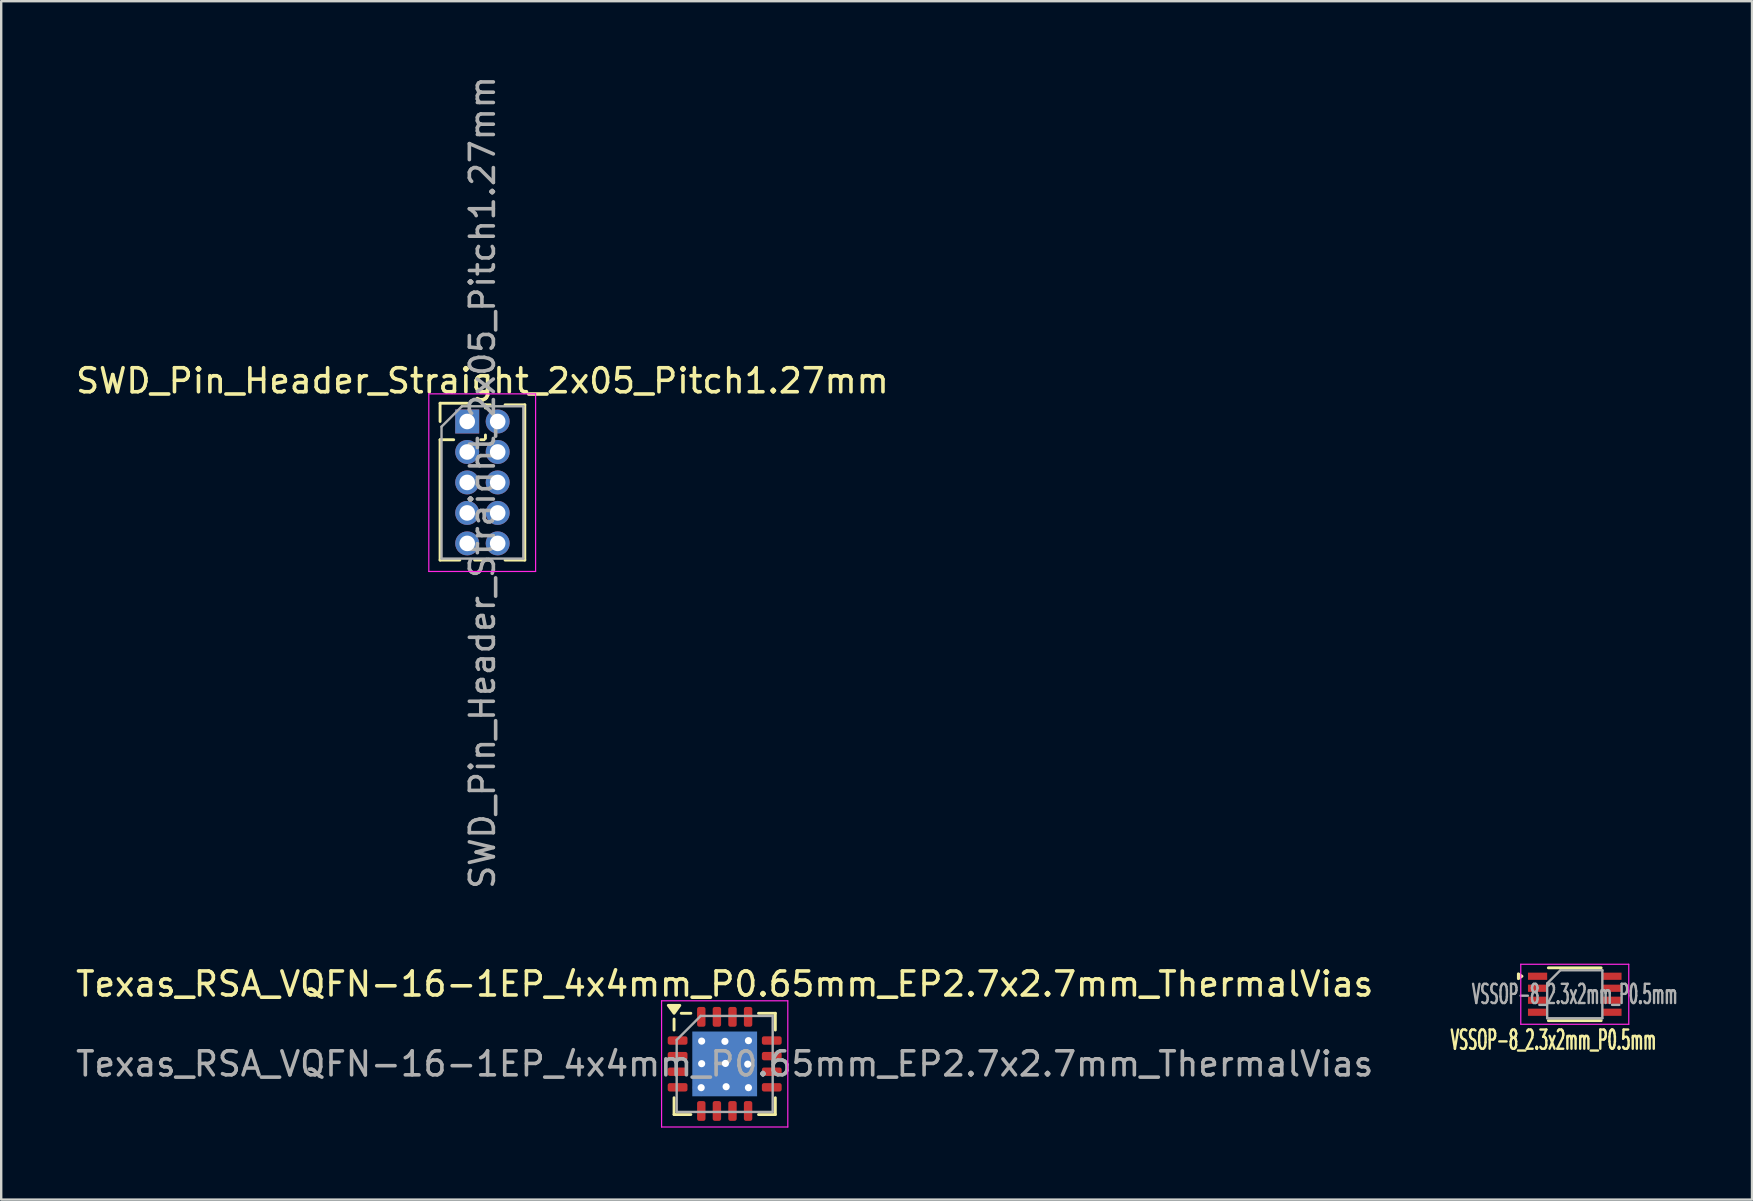
<source format=kicad_pcb>
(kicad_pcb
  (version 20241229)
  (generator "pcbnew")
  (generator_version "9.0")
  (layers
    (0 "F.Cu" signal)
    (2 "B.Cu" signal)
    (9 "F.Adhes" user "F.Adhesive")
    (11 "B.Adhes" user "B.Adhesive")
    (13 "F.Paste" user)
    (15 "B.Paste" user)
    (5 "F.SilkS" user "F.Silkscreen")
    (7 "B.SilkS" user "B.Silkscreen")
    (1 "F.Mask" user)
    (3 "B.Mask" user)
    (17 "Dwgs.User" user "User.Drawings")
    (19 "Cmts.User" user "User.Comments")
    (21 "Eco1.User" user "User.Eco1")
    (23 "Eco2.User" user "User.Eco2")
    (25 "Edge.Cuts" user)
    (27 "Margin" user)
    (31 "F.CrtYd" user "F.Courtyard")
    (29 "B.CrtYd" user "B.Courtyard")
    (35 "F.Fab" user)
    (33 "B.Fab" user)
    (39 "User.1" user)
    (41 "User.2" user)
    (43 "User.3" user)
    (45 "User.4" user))
  (footprint "SWD_Pin_Header_Straight_2x05_Pitch1.27mm"
    (layer "F.Cu")
    (at 16.419 14.514)
    (property "Reference" "SWD_Pin_Header_Straight_2x05_Pitch1.27mm" (at 0.635 -1.695 0) (layer "F.SilkS") (effects (font (size 1 1) (thickness 0.15))))
    (attr through_hole)
    (fp_line (start -1.13 -0.76) (end 0 -0.76) (stroke (width 0.12) (type solid)) (layer "F.SilkS"))
    (fp_line (start -1.13 0) (end -1.13 -0.76) (stroke (width 0.12) (type solid)) (layer "F.SilkS"))
    (fp_line (start -1.13 0.76) (end -1.13 5.775) (stroke (width 0.12) (type solid)) (layer "F.SilkS"))
    (fp_line (start -1.13 0.76) (end -0.563 0.76) (stroke (width 0.12) (type solid)) (layer "F.SilkS"))
    (fp_line (start -1.13 5.775) (end -0.308 5.775) (stroke (width 0.12) (type solid)) (layer "F.SilkS"))
    (fp_line (start 0.308 5.775) (end 0.962 5.775) (stroke (width 0.12) (type solid)) (layer "F.SilkS"))
    (fp_line (start 0.563 0.76) (end 0.707 0.76) (stroke (width 0.12) (type solid)) (layer "F.SilkS"))
    (fp_line (start 0.76 -0.695) (end 0.962 -0.695) (stroke (width 0.12) (type solid)) (layer "F.SilkS"))
    (fp_line (start 0.76 -0.563) (end 0.76 -0.695) (stroke (width 0.12) (type solid)) (layer "F.SilkS"))
    (fp_line (start 0.76 0.707) (end 0.76 0.563) (stroke (width 0.12) (type solid)) (layer "F.SilkS"))
    (fp_line (start 1.578 -0.695) (end 2.4 -0.695) (stroke (width 0.12) (type solid)) (layer "F.SilkS"))
    (fp_line (start 1.578 5.775) (end 2.4 5.775) (stroke (width 0.12) (type solid)) (layer "F.SilkS"))
    (fp_line (start 2.4 -0.695) (end 2.4 5.775) (stroke (width 0.12) (type solid)) (layer "F.SilkS"))
    (fp_line (start -1.6 -1.15) (end -1.6 6.25) (stroke (width 0.05) (type solid)) (layer "F.CrtYd"))
    (fp_line (start -1.6 6.25) (end 2.85 6.25) (stroke (width 0.05) (type solid)) (layer "F.CrtYd"))
    (fp_line (start 2.85 -1.15) (end -1.6 -1.15) (stroke (width 0.05) (type solid)) (layer "F.CrtYd"))
    (fp_line (start 2.85 6.25) (end 2.85 -1.15) (stroke (width 0.05) (type solid)) (layer "F.CrtYd"))
    (fp_line (start -1.07 0.217) (end -0.217 -0.635) (stroke (width 0.1) (type solid)) (layer "F.Fab"))
    (fp_line (start -1.07 5.715) (end -1.07 0.217) (stroke (width 0.1) (type solid)) (layer "F.Fab"))
    (fp_line (start -0.217 -0.635) (end 2.34 -0.635) (stroke (width 0.1) (type solid)) (layer "F.Fab"))
    (fp_line (start 2.34 -0.635) (end 2.34 5.715) (stroke (width 0.1) (type solid)) (layer "F.Fab"))
    (fp_line (start 2.34 5.715) (end -1.07 5.715) (stroke (width 0.1) (type solid)) (layer "F.Fab"))
    (fp_text user "${REFERENCE}" (at 0.635 2.54 90) (layer "F.Fab") (effects (font (size 1 1) (thickness 0.15))))
    (pad "1" thru_hole rect (at 0 0) (size 1 1) (drill 0.65) (layers "*.Cu" "*.Mask"))
    (pad "2" thru_hole oval (at 1.27 0) (size 1 1) (drill 0.65) (layers "*.Cu" "*.Mask"))
    (pad "3" thru_hole oval (at 0 1.27) (size 1 1) (drill 0.65) (layers "*.Cu" "*.Mask"))
    (pad "4" thru_hole oval (at 1.27 1.27) (size 1 1) (drill 0.65) (layers "*.Cu" "*.Mask"))
    (pad "5" thru_hole oval (at 0 2.54) (size 1 1) (drill 0.65) (layers "*.Cu" "*.Mask"))
    (pad "6" thru_hole oval (at 1.27 2.54) (size 1 1) (drill 0.65) (layers "*.Cu" "*.Mask"))
    (pad "7" thru_hole oval (at 0 3.81) (size 1 1) (drill 0.65) (layers "*.Cu" "*.Mask"))
    (pad "8" thru_hole oval (at 1.27 3.81) (size 1 1) (drill 0.65) (layers "*.Cu" "*.Mask"))
    (pad "9" thru_hole oval (at 0 5.08) (size 1 1) (drill 0.65) (layers "*.Cu" "*.Mask"))
    (pad "10" thru_hole oval (at 1.27 5.08) (size 1 1) (drill 0.65) (layers "*.Cu" "*.Mask")))
  (footprint "VSSOP-8_2.3x2mm_P0.5mm"
    (layer "F.Cu")
    (at 62.573 38.382)
    (property "Reference" "VSSOP-8_2.3x2mm_P0.5mm" (at -0.889 1.905 0) (layer "F.SilkS") (effects (font (size 0.8 0.4) (thickness 0.1))))
    (attr smd)
    (fp_line (start 1.1 -1.1) (end -1.1 -1.1) (stroke (width 0.12) (type solid)) (layer "F.SilkS"))
    (fp_line (start 1.1 1.1) (end -1.1 1.1) (stroke (width 0.12) (type solid)) (layer "F.SilkS"))
    (fp_poly (pts (xy -2.35 -0.65) (xy -2.2 -0.75) (xy -2.35 -0.85)) (stroke (width 0.12) (type solid)) (fill no) (layer "F.SilkS"))
    (fp_line (start -2.25 -1.25) (end 2.25 -1.25) (stroke (width 0.05) (type solid)) (layer "F.CrtYd"))
    (fp_line (start -2.25 1.25) (end -2.25 -1.25) (stroke (width 0.05) (type solid)) (layer "F.CrtYd"))
    (fp_line (start 2.25 -1.25) (end 2.25 1.25) (stroke (width 0.05) (type solid)) (layer "F.CrtYd"))
    (fp_line (start 2.25 1.25) (end -2.25 1.25) (stroke (width 0.05) (type solid)) (layer "F.CrtYd"))
    (fp_line (start -1.15 1) (end -1.15 -0.45) (stroke (width 0.1) (type solid)) (layer "F.Fab"))
    (fp_line (start -0.6 -1) (end -1.15 -0.45) (stroke (width 0.1) (type solid)) (layer "F.Fab"))
    (fp_line (start -0.6 -1) (end 1.15 -1) (stroke (width 0.1) (type solid)) (layer "F.Fab"))
    (fp_line (start 1.15 -1) (end 1.15 1) (stroke (width 0.1) (type solid)) (layer "F.Fab"))
    (fp_line (start 1.15 1) (end -1.15 1) (stroke (width 0.1) (type solid)) (layer "F.Fab"))
    (fp_text user "${REFERENCE}" (at 0 0 0) (layer "F.Fab") (effects (font (size 0.8 0.4) (thickness 0.1))))
    (pad "1" smd rect (at -1.55 -0.75 270) (size 0.3 0.8) (layers "F.Cu" "F.Mask" "F.Paste"))
    (pad "2" smd rect (at -1.55 -0.25 270) (size 0.3 0.8) (layers "F.Cu" "F.Mask" "F.Paste"))
    (pad "3" smd rect (at -1.55 0.25 270) (size 0.3 0.8) (layers "F.Cu" "F.Mask" "F.Paste"))
    (pad "4" smd rect (at -1.55 0.75 270) (size 0.3 0.8) (layers "F.Cu" "F.Mask" "F.Paste"))
    (pad "5" smd rect (at 1.55 0.75 270) (size 0.3 0.8) (layers "F.Cu" "F.Mask" "F.Paste"))
    (pad "6" smd rect (at 1.55 0.25 270) (size 0.3 0.8) (layers "F.Cu" "F.Mask" "F.Paste"))
    (pad "7" smd rect (at 1.55 -0.25 270) (size 0.3 0.8) (layers "F.Cu" "F.Mask" "F.Paste"))
    (pad "8" smd rect (at 1.55 -0.75 270) (size 0.3 0.8) (layers "F.Cu" "F.Mask" "F.Paste")))
  (footprint "Texas_RSA_VQFN-16-1EP_4x4mm_P0.65mm_EP2.7x2.7mm_ThermalVias"
    (layer "F.Cu")
    (at 27.149 41.285)
    (property "Reference" "Texas_RSA_VQFN-16-1EP_4x4mm_P0.65mm_EP2.7x2.7mm_ThermalVias" (at 0 -3.33 0) (layer "F.SilkS") (effects (font (size 1 1) (thickness 0.15))))
    (attr smd)
    (fp_line (start -2.11 -1.41) (end -2.11 -1.87) (stroke (width 0.12) (type solid)) (layer "F.SilkS"))
    (fp_line (start -2.11 2.11) (end -2.11 1.41) (stroke (width 0.12) (type solid)) (layer "F.SilkS"))
    (fp_line (start -1.41 -2.11) (end -1.81 -2.11) (stroke (width 0.12) (type solid)) (layer "F.SilkS"))
    (fp_line (start -1.41 2.11) (end -2.11 2.11) (stroke (width 0.12) (type solid)) (layer "F.SilkS"))
    (fp_line (start 1.41 -2.11) (end 2.11 -2.11) (stroke (width 0.12) (type solid)) (layer "F.SilkS"))
    (fp_line (start 1.41 2.11) (end 2.11 2.11) (stroke (width 0.12) (type solid)) (layer "F.SilkS"))
    (fp_line (start 2.11 -2.11) (end 2.11 -1.41) (stroke (width 0.12) (type solid)) (layer "F.SilkS"))
    (fp_line (start 2.11 2.11) (end 2.11 1.41) (stroke (width 0.12) (type solid)) (layer "F.SilkS"))
    (fp_poly (pts (xy -2.11 -2.11) (xy -2.35 -2.44) (xy -1.87 -2.44) (xy -2.11 -2.11)) (stroke (width 0.12) (type solid)) (fill yes) (layer "F.SilkS"))
    (fp_line (start -2.63 -2.63) (end -2.63 2.63) (stroke (width 0.05) (type solid)) (layer "F.CrtYd"))
    (fp_line (start -2.63 2.63) (end 2.63 2.63) (stroke (width 0.05) (type solid)) (layer "F.CrtYd"))
    (fp_line (start 2.63 -2.63) (end -2.63 -2.63) (stroke (width 0.05) (type solid)) (layer "F.CrtYd"))
    (fp_line (start 2.63 2.63) (end 2.63 -2.63) (stroke (width 0.05) (type solid)) (layer "F.CrtYd"))
    (fp_line (start -2 -1) (end -1 -2) (stroke (width 0.1) (type solid)) (layer "F.Fab"))
    (fp_line (start -2 2) (end -2 -1) (stroke (width 0.1) (type solid)) (layer "F.Fab"))
    (fp_line (start -1 -2) (end 2 -2) (stroke (width 0.1) (type solid)) (layer "F.Fab"))
    (fp_line (start 2 -2) (end 2 2) (stroke (width 0.1) (type solid)) (layer "F.Fab"))
    (fp_line (start 2 2) (end -2 2) (stroke (width 0.1) (type solid)) (layer "F.Fab"))
    (fp_text user "${REFERENCE}" (at 0 0 0) (layer "F.Fab") (effects (font (size 1 1) (thickness 0.15))))
    (pad "" smd roundrect (at -0.55 -0.55) (size 0.955 0.955) (layers "F.Paste") (roundrect_rratio 0.25))
    (pad "" smd roundrect (at -0.55 0.55) (size 0.955 0.955) (layers "F.Paste") (roundrect_rratio 0.25))
    (pad "" smd roundrect (at 0.55 -0.55) (size 0.955 0.955) (layers "F.Paste") (roundrect_rratio 0.25))
    (pad "" smd roundrect (at 0.55 0.55) (size 0.955 0.955) (layers "F.Paste") (roundrect_rratio 0.25))
    (pad "1" smd roundrect (at -1.962 -0.975) (size 0.825 0.35) (layers "F.Cu" "F.Mask" "F.Paste") (roundrect_rratio 0.25))
    (pad "2" smd roundrect (at -1.962 -0.325) (size 0.825 0.35) (layers "F.Cu" "F.Mask" "F.Paste") (roundrect_rratio 0.25))
    (pad "3" smd roundrect (at -1.962 0.325) (size 0.825 0.35) (layers "F.Cu" "F.Mask" "F.Paste") (roundrect_rratio 0.25))
    (pad "4" smd roundrect (at -1.962 0.975) (size 0.825 0.35) (layers "F.Cu" "F.Mask" "F.Paste") (roundrect_rratio 0.25))
    (pad "5" smd roundrect (at -0.975 1.962) (size 0.35 0.825) (layers "F.Cu" "F.Mask" "F.Paste") (roundrect_rratio 0.25))
    (pad "6" smd roundrect (at -0.325 1.962) (size 0.35 0.825) (layers "F.Cu" "F.Mask" "F.Paste") (roundrect_rratio 0.25))
    (pad "7" smd roundrect (at 0.325 1.962) (size 0.35 0.825) (layers "F.Cu" "F.Mask" "F.Paste") (roundrect_rratio 0.25))
    (pad "8" smd roundrect (at 0.975 1.962) (size 0.35 0.825) (layers "F.Cu" "F.Mask" "F.Paste") (roundrect_rratio 0.25))
    (pad "9" smd roundrect (at 1.962 0.975) (size 0.825 0.35) (layers "F.Cu" "F.Mask" "F.Paste") (roundrect_rratio 0.25))
    (pad "10" smd roundrect (at 1.962 0.325) (size 0.825 0.35) (layers "F.Cu" "F.Mask" "F.Paste") (roundrect_rratio 0.25))
    (pad "11" smd roundrect (at 1.962 -0.325) (size 0.825 0.35) (layers "F.Cu" "F.Mask" "F.Paste") (roundrect_rratio 0.25))
    (pad "12" smd roundrect (at 1.962 -0.975) (size 0.825 0.35) (layers "F.Cu" "F.Mask" "F.Paste") (roundrect_rratio 0.25))
    (pad "13" smd roundrect (at 0.975 -1.962) (size 0.35 0.825) (layers "F.Cu" "F.Mask" "F.Paste") (roundrect_rratio 0.25))
    (pad "14" smd roundrect (at 0.325 -1.962) (size 0.35 0.825) (layers "F.Cu" "F.Mask" "F.Paste") (roundrect_rratio 0.25))
    (pad "15" smd roundrect (at -0.325 -1.962) (size 0.35 0.825) (layers "F.Cu" "F.Mask" "F.Paste") (roundrect_rratio 0.25))
    (pad "16" smd roundrect (at -0.975 -1.962) (size 0.35 0.825) (layers "F.Cu" "F.Mask" "F.Paste") (roundrect_rratio 0.25))
    (pad "17" thru_hole circle (at -0.98 0.99) (size 0.7 0.7) (drill 0.3) (property pad_prop_heatsink) (layers "*.Cu"))
    (pad "17" thru_hole circle (at -0.96 -0.95) (size 0.7 0.7) (drill 0.3) (property pad_prop_heatsink) (layers "*.Cu"))
    (pad "17" thru_hole circle (at -0.96 -0.01) (size 0.7 0.7) (drill 0.3) (property pad_prop_heatsink) (layers "*.Cu"))
    (pad "17" smd rect (at 0 0) (size 2.6 2.6) (property pad_prop_heatsink) (layers "F.Cu" "F.Mask"))
    (pad "17" smd rect (at 0 0) (size 2.7 2.7) (property pad_prop_heatsink) (layers "B.Cu"))
    (pad "17" thru_hole circle (at 0.01 -0.94) (size 0.7 0.7) (drill 0.3) (property pad_prop_heatsink) (layers "*.Cu"))
    (pad "17" thru_hole circle (at 0.03 -0.02) (size 0.7 0.7) (drill 0.3) (property pad_prop_heatsink) (layers "*.Cu"))
    (pad "17" thru_hole circle (at 0.06 0.95) (size 0.7 0.7) (drill 0.3) (property pad_prop_heatsink) (layers "*.Cu"))
    (pad "17" thru_hole circle (at 0.96 0.01) (size 0.7 0.7) (drill 0.3) (property pad_prop_heatsink) (layers "*.Cu"))
    (pad "17" thru_hole circle (at 0.99 -0.97) (size 0.7 0.7) (drill 0.3) (property pad_prop_heatsink) (layers "*.Cu"))
    (pad "17" thru_hole circle (at 0.99 0.99) (size 0.7 0.7) (drill 0.3) (property pad_prop_heatsink) (layers "*.Cu")))
  (gr_rect
    (start -3 -3)
    (end 69.959 46.94)
    (stroke (width 0.1) (type default))
    (fill no)
    (layer "Edge.Cuts")))
</source>
